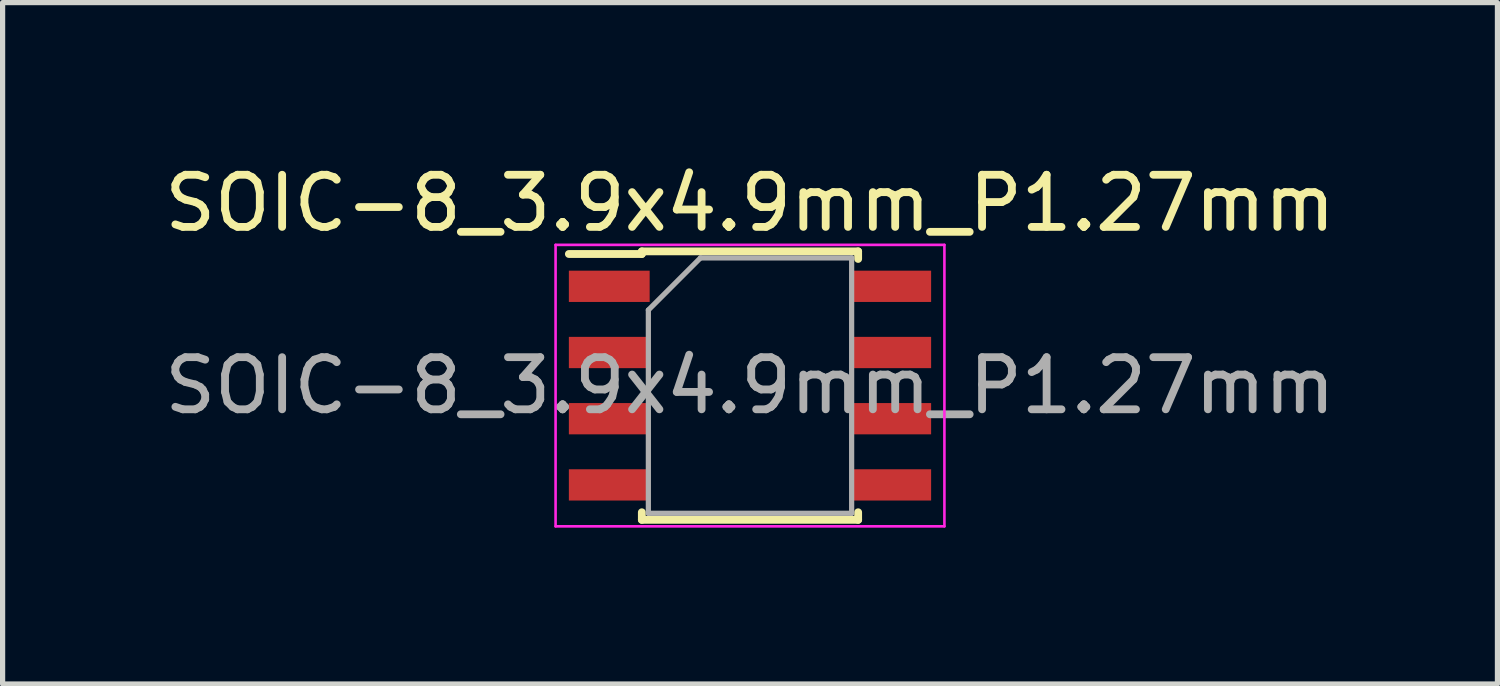
<source format=kicad_pcb>
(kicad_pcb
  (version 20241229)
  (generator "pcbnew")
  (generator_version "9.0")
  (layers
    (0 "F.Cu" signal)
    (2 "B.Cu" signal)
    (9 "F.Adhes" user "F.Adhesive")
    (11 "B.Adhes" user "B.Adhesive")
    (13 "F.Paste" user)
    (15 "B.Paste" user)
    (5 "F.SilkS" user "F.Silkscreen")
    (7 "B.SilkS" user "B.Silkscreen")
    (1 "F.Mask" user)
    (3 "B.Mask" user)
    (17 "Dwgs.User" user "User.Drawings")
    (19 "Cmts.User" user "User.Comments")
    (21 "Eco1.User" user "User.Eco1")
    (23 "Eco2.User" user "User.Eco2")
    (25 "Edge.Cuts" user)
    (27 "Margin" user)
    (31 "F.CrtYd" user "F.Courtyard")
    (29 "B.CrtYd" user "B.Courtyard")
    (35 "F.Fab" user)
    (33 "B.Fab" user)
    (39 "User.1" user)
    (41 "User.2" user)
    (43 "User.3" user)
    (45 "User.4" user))
  (footprint "SOIC-8_3.9x4.9mm_P1.27mm"
    (layer "F.Cu")
    (at 11.339 4.348)
    (property "Reference" "SOIC-8_3.9x4.9mm_P1.27mm" (at 0 -3.5 0) (layer "F.SilkS") (effects (font (size 1 1) (thickness 0.15))))
    (attr smd)
    (fp_line (start -2.075 -2.575) (end -2.075 -2.525) (stroke (width 0.15) (type solid)) (layer "F.SilkS"))
    (fp_line (start -2.075 -2.575) (end 2.075 -2.575) (stroke (width 0.15) (type solid)) (layer "F.SilkS"))
    (fp_line (start -2.075 -2.525) (end -3.475 -2.525) (stroke (width 0.15) (type solid)) (layer "F.SilkS"))
    (fp_line (start -2.075 2.575) (end -2.075 2.43) (stroke (width 0.15) (type solid)) (layer "F.SilkS"))
    (fp_line (start -2.075 2.575) (end 2.075 2.575) (stroke (width 0.15) (type solid)) (layer "F.SilkS"))
    (fp_line (start 2.075 -2.575) (end 2.075 -2.43) (stroke (width 0.15) (type solid)) (layer "F.SilkS"))
    (fp_line (start 2.075 2.575) (end 2.075 2.43) (stroke (width 0.15) (type solid)) (layer "F.SilkS"))
    (fp_line (start -3.73 -2.7) (end -3.73 2.7) (stroke (width 0.05) (type solid)) (layer "F.CrtYd"))
    (fp_line (start -3.73 -2.7) (end 3.73 -2.7) (stroke (width 0.05) (type solid)) (layer "F.CrtYd"))
    (fp_line (start -3.73 2.7) (end 3.73 2.7) (stroke (width 0.05) (type solid)) (layer "F.CrtYd"))
    (fp_line (start 3.73 -2.7) (end 3.73 2.7) (stroke (width 0.05) (type solid)) (layer "F.CrtYd"))
    (fp_line (start -1.95 -1.45) (end -0.95 -2.45) (stroke (width 0.1) (type solid)) (layer "F.Fab"))
    (fp_line (start -1.95 2.45) (end -1.95 -1.45) (stroke (width 0.1) (type solid)) (layer "F.Fab"))
    (fp_line (start -0.95 -2.45) (end 1.95 -2.45) (stroke (width 0.1) (type solid)) (layer "F.Fab"))
    (fp_line (start 1.95 -2.45) (end 1.95 2.45) (stroke (width 0.1) (type solid)) (layer "F.Fab"))
    (fp_line (start 1.95 2.45) (end -1.95 2.45) (stroke (width 0.1) (type solid)) (layer "F.Fab"))
    (fp_text user "${REFERENCE}" (at 0 0 0) (layer "F.Fab") (effects (font (size 1 1) (thickness 0.15))))
    (pad "1" smd rect (at -2.7 -1.905) (size 1.55 0.6) (layers "F.Cu" "F.Mask" "F.Paste"))
    (pad "2" smd rect (at -2.7 -0.635) (size 1.55 0.6) (layers "F.Cu" "F.Mask" "F.Paste"))
    (pad "3" smd rect (at -2.7 0.635) (size 1.55 0.6) (layers "F.Cu" "F.Mask" "F.Paste"))
    (pad "4" smd rect (at -2.7 1.905) (size 1.55 0.6) (layers "F.Cu" "F.Mask" "F.Paste"))
    (pad "5" smd rect (at 2.7 1.905) (size 1.55 0.6) (layers "F.Cu" "F.Mask" "F.Paste"))
    (pad "6" smd rect (at 2.7 0.635) (size 1.55 0.6) (layers "F.Cu" "F.Mask" "F.Paste"))
    (pad "7" smd rect (at 2.7 -0.635) (size 1.55 0.6) (layers "F.Cu" "F.Mask" "F.Paste"))
    (pad "8" smd rect (at 2.7 -1.905) (size 1.55 0.6) (layers "F.Cu" "F.Mask" "F.Paste")))
  (gr_rect
    (start -3 -3)
    (end 25.679 10.073)
    (stroke (width 0.1) (type default))
    (fill no)
    (layer "Edge.Cuts")))
</source>
